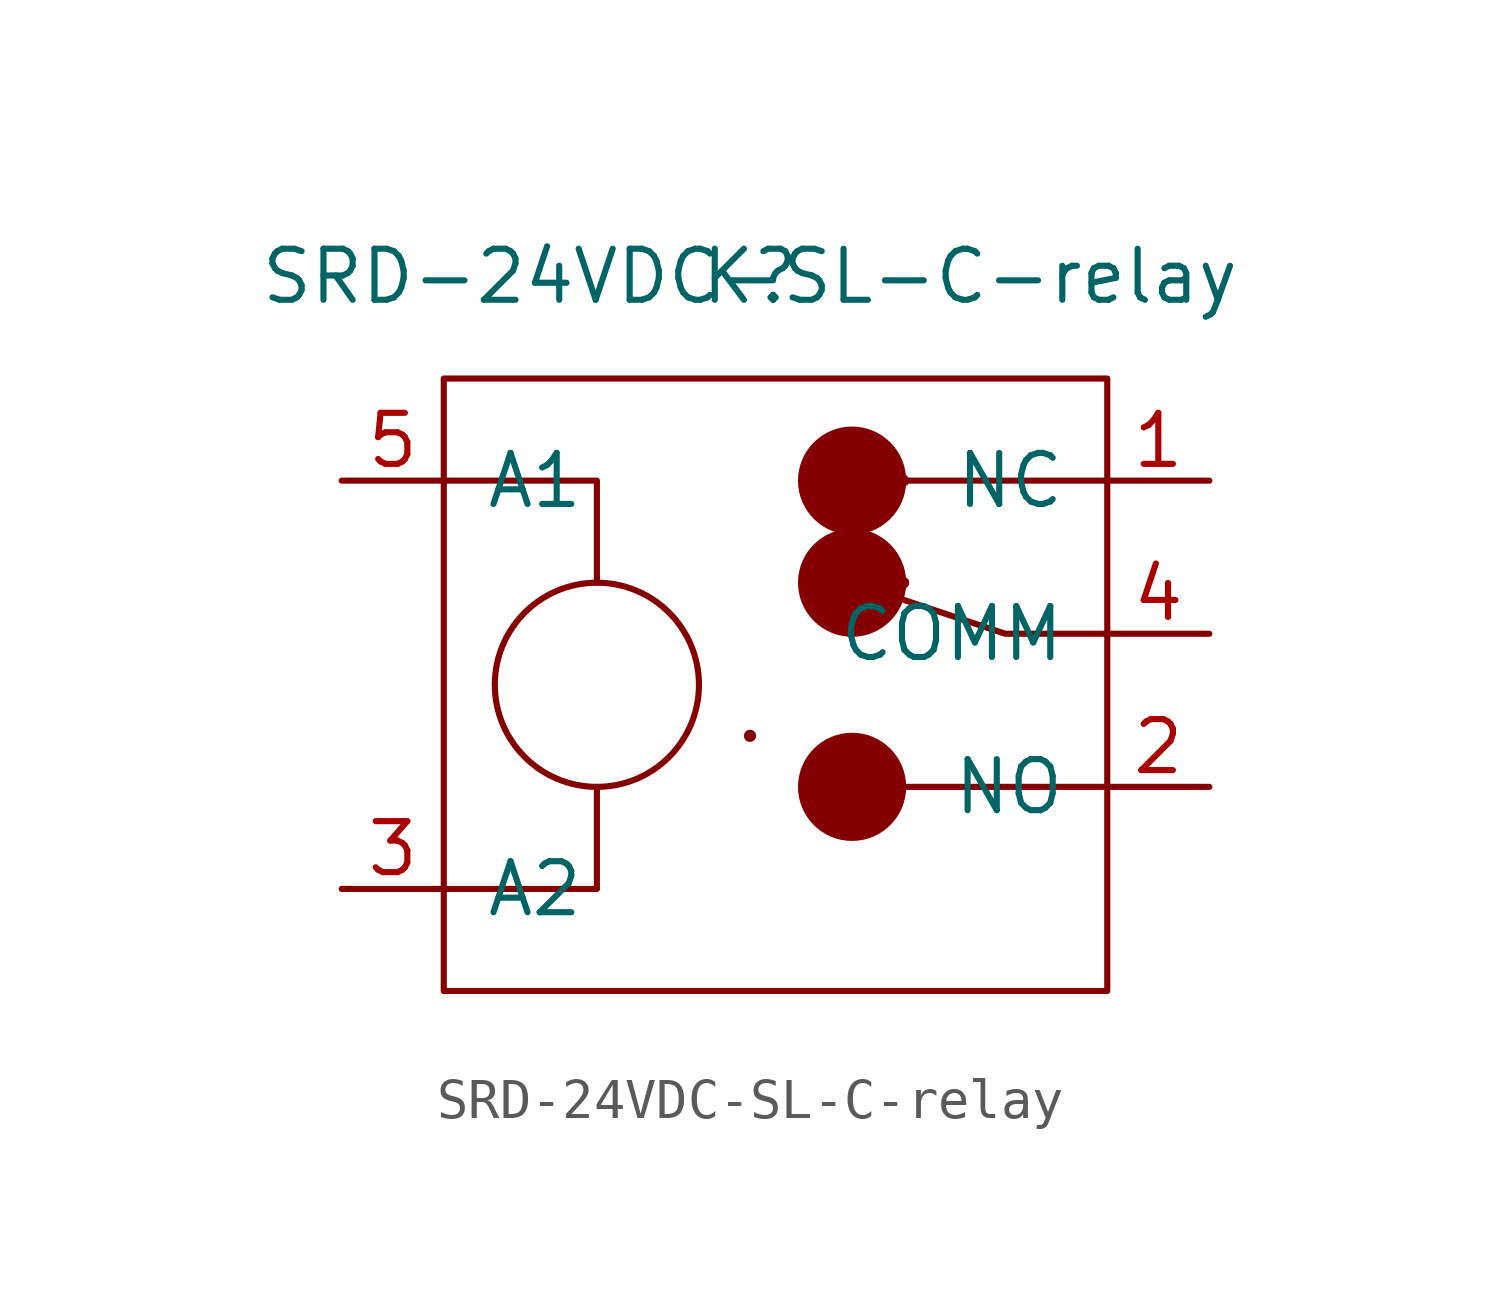
<source format=kicad_sym>
(kicad_symbol_lib
  (version 20220914)
  (generator kicad_symbol_editor)
  (symbol "SRD-24VDC-SL-C-relay"
    (pin_names
      (offset 1.016))
    (property "Reference" "K"
      (at 0 10.16 0)
      (effects (font (size 1.27 1.27))))
    (property "Value" "SRD-24VDC-SL-C-relay"
      (at 0 10.16 0)
      (effects (font (size 1.27 1.27))))
    (symbol "SRD-24VDC-SL-C-relay_0_1"
      (rectangle (start -7.62 7.62) (end 8.89 -7.62) (stroke (width 0) (type solid)) (fill (type none)))
      (circle (center -3.81 0) (radius 2.54) (stroke (width 0) (type solid)) (fill (type none)))
      (circle (center 0 -1.27) (radius 0.0001) (stroke (width 0) (type solid)) (fill (type none)))
      (polyline (pts (xy -7.62 5.08) (xy -7.62 5.08)) (stroke (width 0) (type solid)) (fill (type none)))
      (polyline (pts (xy 3.81 -2.54) (xy 8.89 -2.54)) (stroke (width 0) (type solid)) (fill (type none)))
      (polyline (pts (xy 3.81 5.08) (xy 8.89 5.08)) (stroke (width 0) (type solid)) (fill (type none)))
      (polyline (pts (xy -3.81 -2.54) (xy -3.81 -5.08) (xy -7.62 -5.08)) (stroke (width 0) (type solid)) (fill (type none)))
      (polyline (pts (xy -3.81 2.54) (xy -3.81 5.08) (xy -7.62 5.08)) (stroke (width 0) (type solid)) (fill (type none)))
      (polyline (pts (xy 2.54 2.54) (xy 6.35 1.27) (xy 8.89 1.27)) (stroke (width 0) (type solid)) (fill (type none)))
      (circle (center 2.54 -2.54) (radius 1.27) (stroke (width 0) (type solid)) (fill (type outline)))
      (circle (center 2.54 2.54) (radius 1.27) (stroke (width 0) (type solid)) (fill (type outline)))
      (circle (center 2.54 5.08) (radius 1.27) (stroke (width 0) (type solid)) (fill (type outline)))
      (circle (center 3.81 2.54) (radius 0.0001) (stroke (width 0) (type solid)) (fill (type none)))
      (circle (center 3.81 5.08) (radius 0.0001) (stroke (width 0) (type solid)) (fill (type none))))
    (symbol "SRD-24VDC-SL-C-relay_1_1"
      (pin bidirectional line (at 11.43 5.08 180) (length 2.54) (name "NC" (effects (font (size 1.27 1.27)))) (number "1" (effects (font (size 1.27 1.27)))))
      (pin bidirectional line (at 11.43 -2.54 180) (length 2.54) (name "NO" (effects (font (size 1.27 1.27)))) (number "2" (effects (font (size 1.27 1.27)))))
      (pin input line (at -10.16 -5.08 0) (length 2.54) (name "A2" (effects (font (size 1.27 1.27)))) (number "3" (effects (font (size 1.27 1.27)))))
      (pin bidirectional line (at 11.43 1.27 180) (length 2.54) (name "COMM" (effects (font (size 1.27 1.27)))) (number "4" (effects (font (size 1.27 1.27)))))
      (pin input line (at -10.16 5.08 0) (length 2.54) (name "A1" (effects (font (size 1.27 1.27)))) (number "5" (effects (font (size 1.27 1.27))))))))
</source>
